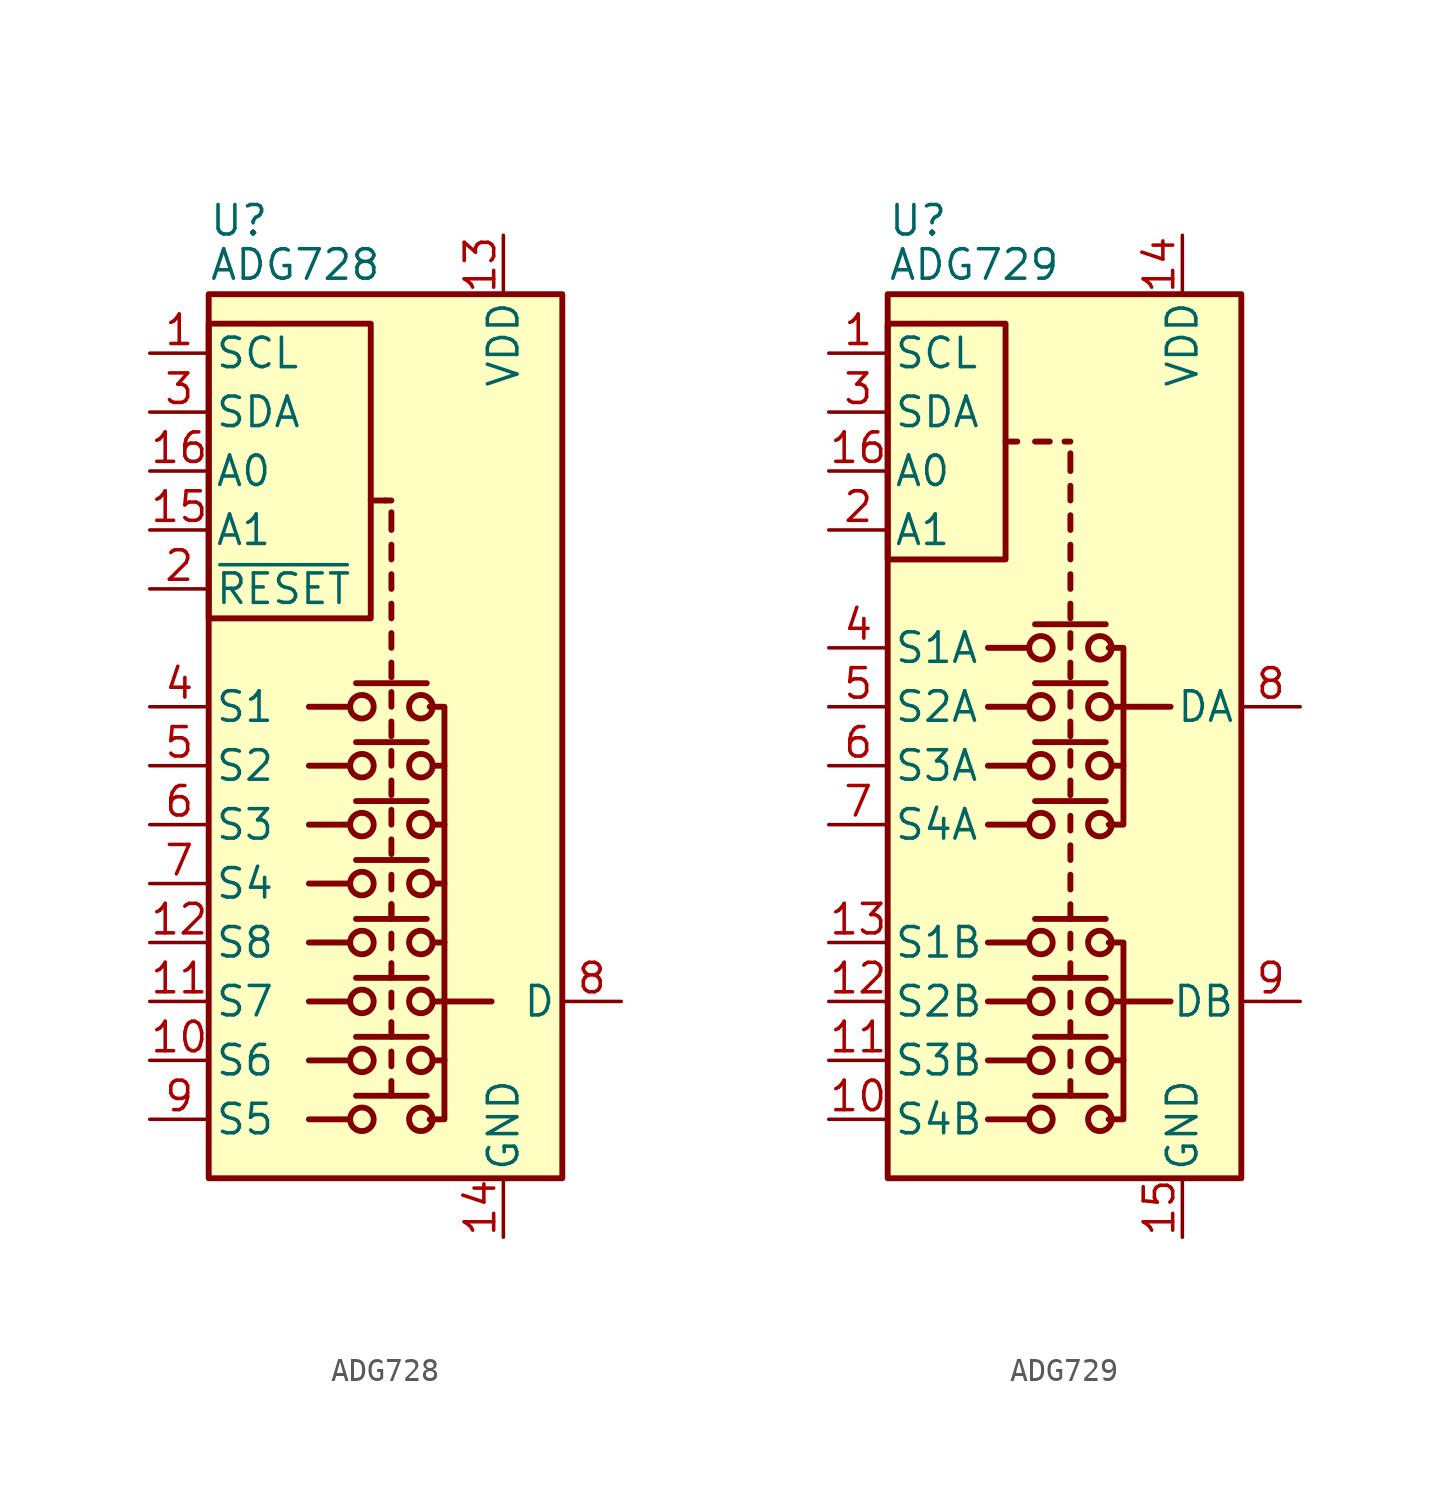
<source format=kicad_sym>
(kicad_symbol_lib
  (version 20201005)
  (generator kicad_symbol_editor)
  (symbol "ADG728"
    (pin_names
      (offset 0.254))
    (property "Reference" "U"
      (at -7.62 23.495 0)
      (effects (font (size 1.27 1.27)) (justify left)))
    (property "Value" "ADG728"
      (at -7.62 21.59 0)
      (effects (font (size 1.27 1.27)) (justify left)))
    (symbol "ADG728_0_1"
      (circle (center -1.016 -15.24) (radius 0.508) (stroke (width 0.254)) (fill (type none)))
      (circle (center -1.016 -12.7) (radius 0.508) (stroke (width 0.254)) (fill (type none)))
      (circle (center -1.016 -10.16) (radius 0.508) (stroke (width 0.254)) (fill (type none)))
      (circle (center -1.016 -7.62) (radius 0.508) (stroke (width 0.254)) (fill (type none)))
      (circle (center -1.016 -5.08) (radius 0.508) (stroke (width 0.254)) (fill (type none)))
      (circle (center -1.016 -2.54) (radius 0.508) (stroke (width 0.254)) (fill (type none)))
      (circle (center -1.016 0) (radius 0.508) (stroke (width 0.254)) (fill (type none)))
      (circle (center -1.016 2.54) (radius 0.508) (stroke (width 0.254)) (fill (type none)))
      (circle (center 1.524 -15.24) (radius 0.508) (stroke (width 0.254)) (fill (type none)))
      (circle (center 1.524 -12.7) (radius 0.508) (stroke (width 0.254)) (fill (type none)))
      (circle (center 1.524 -10.16) (radius 0.508) (stroke (width 0.254)) (fill (type none)))
      (circle (center 1.524 -7.62) (radius 0.508) (stroke (width 0.254)) (fill (type none)))
      (circle (center 1.524 -5.08) (radius 0.508) (stroke (width 0.254)) (fill (type none)))
      (circle (center 1.524 -2.54) (radius 0.508) (stroke (width 0.254)) (fill (type none)))
      (circle (center 1.524 0) (radius 0.508) (stroke (width 0.254)) (fill (type none)))
      (circle (center 1.524 2.54) (radius 0.508) (stroke (width 0.254)) (fill (type none)))
      (rectangle (start -7.62 6.35) (end -0.635 19.05) (stroke (width 0.254)) (fill (type none)))
      (rectangle (start -7.62 20.32) (end 7.62 -17.78) (stroke (width 0.254)) (fill (type background)))
      (polyline (pts (xy -1.524 -15.24) (xy -3.302 -15.24)) (stroke (width 0.254)) (fill (type none)))
      (polyline (pts (xy -1.524 -12.7) (xy -3.302 -12.7)) (stroke (width 0.254)) (fill (type none)))
      (polyline (pts (xy -1.524 -10.16) (xy -3.302 -10.16)) (stroke (width 0.254)) (fill (type none)))
      (polyline (pts (xy -1.524 -7.62) (xy -3.302 -7.62)) (stroke (width 0.254)) (fill (type none)))
      (polyline (pts (xy -1.524 -5.08) (xy -3.302 -5.08)) (stroke (width 0.254)) (fill (type none)))
      (polyline (pts (xy -1.524 -2.54) (xy -3.302 -2.54)) (stroke (width 0.254)) (fill (type none)))
      (polyline (pts (xy -1.524 0) (xy -3.302 0)) (stroke (width 0.254)) (fill (type none)))
      (polyline (pts (xy -1.524 2.54) (xy -3.302 2.54)) (stroke (width 0.254)) (fill (type none)))
      (polyline (pts (xy -1.27 -14.224) (xy 1.778 -14.224)) (stroke (width 0.254)) (fill (type none)))
      (polyline (pts (xy -1.27 -11.684) (xy 1.778 -11.684)) (stroke (width 0.254)) (fill (type none)))
      (polyline (pts (xy -1.27 -9.144) (xy 1.778 -9.144)) (stroke (width 0.254)) (fill (type none)))
      (polyline (pts (xy -1.27 -6.604) (xy 1.778 -6.604)) (stroke (width 0.254)) (fill (type none)))
      (polyline (pts (xy -1.27 -4.064) (xy 1.778 -4.064)) (stroke (width 0.254)) (fill (type none)))
      (polyline (pts (xy -1.27 -1.524) (xy 1.778 -1.524)) (stroke (width 0.254)) (fill (type none)))
      (polyline (pts (xy -1.27 1.016) (xy 1.778 1.016)) (stroke (width 0.254)) (fill (type none)))
      (polyline (pts (xy -1.27 3.556) (xy 1.778 3.556)) (stroke (width 0.254)) (fill (type none)))
      (polyline (pts (xy -0.635 11.43) (xy 0 11.43)) (stroke (width 0.254)) (fill (type none)))
      (polyline (pts (xy 0.254 -14.224) (xy 0.254 -13.589)) (stroke (width 0.254)) (fill (type none)))
      (polyline (pts (xy 0.254 -12.954) (xy 0.254 -12.319)) (stroke (width 0.254)) (fill (type none)))
      (polyline (pts (xy 0.254 -11.684) (xy 0.254 -11.049)) (stroke (width 0.254)) (fill (type none)))
      (polyline (pts (xy 0.254 -10.414) (xy 0.254 -9.779)) (stroke (width 0.254)) (fill (type none)))
      (polyline (pts (xy 0.254 -9.144) (xy 0.254 -8.509)) (stroke (width 0.254)) (fill (type none)))
      (polyline (pts (xy 0.254 -7.874) (xy 0.254 -7.239)) (stroke (width 0.254)) (fill (type none)))
      (polyline (pts (xy 0.254 -6.604) (xy 0.254 -5.969)) (stroke (width 0.254)) (fill (type none)))
      (polyline (pts (xy 0.254 -6.604) (xy 0.254 -5.969)) (stroke (width 0.254)) (fill (type none)))
      (polyline (pts (xy 0.254 -5.334) (xy 0.254 -4.699)) (stroke (width 0.254)) (fill (type none)))
      (polyline (pts (xy 0.254 -3.81) (xy 0.254 -3.175)) (stroke (width 0.254)) (fill (type none)))
      (polyline (pts (xy 0.254 -2.54) (xy 0.254 -1.905)) (stroke (width 0.254)) (fill (type none)))
      (polyline (pts (xy 0.254 -1.27) (xy 0.254 -0.635)) (stroke (width 0.254)) (fill (type none)))
      (polyline (pts (xy 0.254 0) (xy 0.254 0.635)) (stroke (width 0.254)) (fill (type none)))
      (polyline (pts (xy 0.254 1.27) (xy 0.254 1.905)) (stroke (width 0.254)) (fill (type none)))
      (polyline (pts (xy 0.254 2.54) (xy 0.254 3.175)) (stroke (width 0.254)) (fill (type none)))
      (polyline (pts (xy 0.254 3.81) (xy 0.254 4.445)) (stroke (width 0.254)) (fill (type none)))
      (polyline (pts (xy 0.254 5.08) (xy 0.254 5.715)) (stroke (width 0.254)) (fill (type none)))
      (polyline (pts (xy 0.254 6.35) (xy 0.254 6.985)) (stroke (width 0.254)) (fill (type none)))
      (polyline (pts (xy 0.254 7.62) (xy 0.254 8.255)) (stroke (width 0.254)) (fill (type none)))
      (polyline (pts (xy 0.254 8.89) (xy 0.254 9.525)) (stroke (width 0.254)) (fill (type none)))
      (polyline (pts (xy 0.254 10.16) (xy 0.254 10.922)) (stroke (width 0.254)) (fill (type none)))
      (polyline (pts (xy 0.254 11.43) (xy 0 11.43)) (stroke (width 0.254)) (fill (type none)))
      (polyline (pts (xy 2.032 -12.7) (xy 2.54 -12.7)) (stroke (width 0.254)) (fill (type none)))
      (polyline (pts (xy 2.032 -10.16) (xy 2.54 -10.16)) (stroke (width 0.254)) (fill (type none)))
      (polyline (pts (xy 2.032 -7.62) (xy 2.54 -7.62)) (stroke (width 0.254)) (fill (type none)))
      (polyline (pts (xy 2.032 -5.08) (xy 2.54 -5.08)) (stroke (width 0.254)) (fill (type none)))
      (polyline (pts (xy 2.032 -2.54) (xy 2.54 -2.54)) (stroke (width 0.254)) (fill (type none)))
      (polyline (pts (xy 2.032 0) (xy 2.54 0)) (stroke (width 0.254)) (fill (type none)))
      (polyline (pts (xy 4.572 -10.16) (xy 2.54 -10.16)) (stroke (width 0.254)) (fill (type none)))
      (polyline (pts (xy 1.905 2.54) (xy 2.54 2.54) (xy 2.54 -15.24) (xy 1.905 -15.24)) (stroke (width 0.254)) (fill (type none))))
    (symbol "ADG728_1_1"
      (pin input line (at -10.16 17.78 0) (length 2.54) (name "SCL" (effects (font (size 1.27 1.27)))) (number "1" (effects (font (size 1.27 1.27)))))
      (pin bidirectional line (at -10.16 -12.7 0) (length 2.54) (name "S6" (effects (font (size 1.27 1.27)))) (number "10" (effects (font (size 1.27 1.27)))))
      (pin bidirectional line (at -10.16 -10.16 0) (length 2.54) (name "S7" (effects (font (size 1.27 1.27)))) (number "11" (effects (font (size 1.27 1.27)))))
      (pin bidirectional line (at -10.16 -7.62 0) (length 2.54) (name "S8" (effects (font (size 1.27 1.27)))) (number "12" (effects (font (size 1.27 1.27)))))
      (pin power_in line (at 5.08 22.86 270) (length 2.54) (name "VDD" (effects (font (size 1.27 1.27)))) (number "13" (effects (font (size 1.27 1.27)))))
      (pin power_in line (at 5.08 -20.32 90) (length 2.54) (name "GND" (effects (font (size 1.27 1.27)))) (number "14" (effects (font (size 1.27 1.27)))))
      (pin bidirectional line (at -10.16 10.16 0) (length 2.54) (name "A1" (effects (font (size 1.27 1.27)))) (number "15" (effects (font (size 1.27 1.27)))))
      (pin input line (at -10.16 12.7 0) (length 2.54) (name "A0" (effects (font (size 1.27 1.27)))) (number "16" (effects (font (size 1.27 1.27)))))
      (pin input line (at -10.16 7.62 0) (length 2.54) (name "~RESET" (effects (font (size 1.27 1.27)))) (number "2" (effects (font (size 1.27 1.27)))))
      (pin bidirectional line (at -10.16 15.24 0) (length 2.54) (name "SDA" (effects (font (size 1.27 1.27)))) (number "3" (effects (font (size 1.27 1.27)))))
      (pin bidirectional line (at -10.16 2.54 0) (length 2.54) (name "S1" (effects (font (size 1.27 1.27)))) (number "4" (effects (font (size 1.27 1.27)))))
      (pin bidirectional line (at -10.16 0 0) (length 2.54) (name "S2" (effects (font (size 1.27 1.27)))) (number "5" (effects (font (size 1.27 1.27)))))
      (pin bidirectional line (at -10.16 -2.54 0) (length 2.54) (name "S3" (effects (font (size 1.27 1.27)))) (number "6" (effects (font (size 1.27 1.27)))))
      (pin bidirectional line (at -10.16 -5.08 0) (length 2.54) (name "S4" (effects (font (size 1.27 1.27)))) (number "7" (effects (font (size 1.27 1.27)))))
      (pin bidirectional line (at 10.16 -10.16 180) (length 2.54) (name "D" (effects (font (size 1.27 1.27)))) (number "8" (effects (font (size 1.27 1.27)))))
      (pin bidirectional line (at -10.16 -15.24 0) (length 2.54) (name "S5" (effects (font (size 1.27 1.27)))) (number "9" (effects (font (size 1.27 1.27)))))))
  (symbol "ADG729"
    (pin_names
      (offset 0.254))
    (property "Reference" "U"
      (at -7.62 20.955 0)
      (effects (font (size 1.27 1.27)) (justify left)))
    (property "Value" "ADG729"
      (at -7.62 19.05 0)
      (effects (font (size 1.27 1.27)) (justify left)))
    (symbol "ADG729_0_1"
      (circle (center -1.016 -17.78) (radius 0.508) (stroke (width 0.254)) (fill (type none)))
      (circle (center -1.016 -15.24) (radius 0.508) (stroke (width 0.254)) (fill (type none)))
      (circle (center -1.016 -12.7) (radius 0.508) (stroke (width 0.254)) (fill (type none)))
      (circle (center -1.016 -10.16) (radius 0.508) (stroke (width 0.254)) (fill (type none)))
      (circle (center -1.016 -5.08) (radius 0.508) (stroke (width 0.254)) (fill (type none)))
      (circle (center -1.016 -2.54) (radius 0.508) (stroke (width 0.254)) (fill (type none)))
      (circle (center -1.016 0) (radius 0.508) (stroke (width 0.254)) (fill (type none)))
      (circle (center -1.016 2.54) (radius 0.508) (stroke (width 0.254)) (fill (type none)))
      (circle (center 1.524 -17.78) (radius 0.508) (stroke (width 0.254)) (fill (type none)))
      (circle (center 1.524 -15.24) (radius 0.508) (stroke (width 0.254)) (fill (type none)))
      (circle (center 1.524 -12.7) (radius 0.508) (stroke (width 0.254)) (fill (type none)))
      (circle (center 1.524 -10.16) (radius 0.508) (stroke (width 0.254)) (fill (type none)))
      (circle (center 1.524 -5.08) (radius 0.508) (stroke (width 0.254)) (fill (type none)))
      (circle (center 1.524 -2.54) (radius 0.508) (stroke (width 0.254)) (fill (type none)))
      (circle (center 1.524 0) (radius 0.508) (stroke (width 0.254)) (fill (type none)))
      (circle (center 1.524 2.54) (radius 0.508) (stroke (width 0.254)) (fill (type none)))
      (rectangle (start -7.62 6.35) (end -2.54 16.51) (stroke (width 0.254)) (fill (type none)))
      (rectangle (start -7.62 17.78) (end 7.62 -20.32) (stroke (width 0.254)) (fill (type background)))
      (polyline (pts (xy -2.032 11.43) (xy -2.54 11.43)) (stroke (width 0.254)) (fill (type none)))
      (polyline (pts (xy -1.524 -17.78) (xy -3.302 -17.78)) (stroke (width 0.254)) (fill (type none)))
      (polyline (pts (xy -1.524 -15.24) (xy -3.302 -15.24)) (stroke (width 0.254)) (fill (type none)))
      (polyline (pts (xy -1.524 -12.7) (xy -3.302 -12.7)) (stroke (width 0.254)) (fill (type none)))
      (polyline (pts (xy -1.524 -10.16) (xy -3.302 -10.16)) (stroke (width 0.254)) (fill (type none)))
      (polyline (pts (xy -1.524 -5.08) (xy -3.302 -5.08)) (stroke (width 0.254)) (fill (type none)))
      (polyline (pts (xy -1.524 -2.54) (xy -3.302 -2.54)) (stroke (width 0.254)) (fill (type none)))
      (polyline (pts (xy -1.524 0) (xy -3.302 0)) (stroke (width 0.254)) (fill (type none)))
      (polyline (pts (xy -1.524 2.54) (xy -3.302 2.54)) (stroke (width 0.254)) (fill (type none)))
      (polyline (pts (xy -1.27 -16.764) (xy 1.778 -16.764)) (stroke (width 0.254)) (fill (type none)))
      (polyline (pts (xy -1.27 -14.224) (xy 1.778 -14.224)) (stroke (width 0.254)) (fill (type none)))
      (polyline (pts (xy -1.27 -11.684) (xy 1.778 -11.684)) (stroke (width 0.254)) (fill (type none)))
      (polyline (pts (xy -1.27 -9.144) (xy 1.778 -9.144)) (stroke (width 0.254)) (fill (type none)))
      (polyline (pts (xy -1.27 -4.064) (xy 1.778 -4.064)) (stroke (width 0.254)) (fill (type none)))
      (polyline (pts (xy -1.27 -1.524) (xy 1.778 -1.524)) (stroke (width 0.254)) (fill (type none)))
      (polyline (pts (xy -1.27 1.016) (xy 1.778 1.016)) (stroke (width 0.254)) (fill (type none)))
      (polyline (pts (xy -1.27 3.556) (xy 1.778 3.556)) (stroke (width 0.254)) (fill (type none)))
      (polyline (pts (xy -1.27 11.43) (xy -0.635 11.43)) (stroke (width 0.254)) (fill (type none)))
      (polyline (pts (xy 0.254 -16.764) (xy 0.254 -16.129)) (stroke (width 0.254)) (fill (type none)))
      (polyline (pts (xy 0.254 -15.494) (xy 0.254 -14.859)) (stroke (width 0.254)) (fill (type none)))
      (polyline (pts (xy 0.254 -14.224) (xy 0.254 -13.589)) (stroke (width 0.254)) (fill (type none)))
      (polyline (pts (xy 0.254 -12.954) (xy 0.254 -12.319)) (stroke (width 0.254)) (fill (type none)))
      (polyline (pts (xy 0.254 -11.684) (xy 0.254 -11.049)) (stroke (width 0.254)) (fill (type none)))
      (polyline (pts (xy 0.254 -10.414) (xy 0.254 -9.779)) (stroke (width 0.254)) (fill (type none)))
      (polyline (pts (xy 0.254 -9.144) (xy 0.254 -8.509)) (stroke (width 0.254)) (fill (type none)))
      (polyline (pts (xy 0.254 -7.874) (xy 0.254 -7.239)) (stroke (width 0.254)) (fill (type none)))
      (polyline (pts (xy 0.254 -6.604) (xy 0.254 -5.969)) (stroke (width 0.254)) (fill (type none)))
      (polyline (pts (xy 0.254 -5.334) (xy 0.254 -4.699)) (stroke (width 0.254)) (fill (type none)))
      (polyline (pts (xy 0.254 -3.81) (xy 0.254 -3.175)) (stroke (width 0.254)) (fill (type none)))
      (polyline (pts (xy 0.254 -2.54) (xy 0.254 -1.905)) (stroke (width 0.254)) (fill (type none)))
      (polyline (pts (xy 0.254 -1.27) (xy 0.254 -0.635)) (stroke (width 0.254)) (fill (type none)))
      (polyline (pts (xy 0.254 0) (xy 0.254 0.635)) (stroke (width 0.254)) (fill (type none)))
      (polyline (pts (xy 0.254 1.27) (xy 0.254 1.905)) (stroke (width 0.254)) (fill (type none)))
      (polyline (pts (xy 0.254 2.54) (xy 0.254 3.175)) (stroke (width 0.254)) (fill (type none)))
      (polyline (pts (xy 0.254 3.81) (xy 0.254 4.445)) (stroke (width 0.254)) (fill (type none)))
      (polyline (pts (xy 0.254 5.08) (xy 0.254 5.715)) (stroke (width 0.254)) (fill (type none)))
      (polyline (pts (xy 0.254 6.35) (xy 0.254 6.985)) (stroke (width 0.254)) (fill (type none)))
      (polyline (pts (xy 0.254 7.62) (xy 0.254 8.255)) (stroke (width 0.254)) (fill (type none)))
      (polyline (pts (xy 0.254 8.89) (xy 0.254 9.525)) (stroke (width 0.254)) (fill (type none)))
      (polyline (pts (xy 0.254 10.16) (xy 0.254 10.922)) (stroke (width 0.254)) (fill (type none)))
      (polyline (pts (xy 0.254 11.43) (xy 0 11.43)) (stroke (width 0.254)) (fill (type none)))
      (polyline (pts (xy 2.032 -15.24) (xy 2.54 -15.24)) (stroke (width 0.254)) (fill (type none)))
      (polyline (pts (xy 2.032 -12.7) (xy 2.54 -12.7)) (stroke (width 0.254)) (fill (type none)))
      (polyline (pts (xy 2.032 -2.54) (xy 2.54 -2.54)) (stroke (width 0.254)) (fill (type none)))
      (polyline (pts (xy 2.032 0) (xy 2.54 0)) (stroke (width 0.254)) (fill (type none)))
      (polyline (pts (xy 2.54 0) (xy 4.572 0)) (stroke (width 0.254)) (fill (type none)))
      (polyline (pts (xy 4.572 -12.7) (xy 2.54 -12.7)) (stroke (width 0.254)) (fill (type none)))
      (polyline (pts (xy 1.905 -10.16) (xy 2.54 -10.16) (xy 2.54 -17.78) (xy 1.905 -17.78)) (stroke (width 0.254)) (fill (type none)))
      (polyline (pts (xy 1.905 -5.08) (xy 2.54 -5.08) (xy 2.54 2.54) (xy 1.905 2.54)) (stroke (width 0.254)) (fill (type none))))
    (symbol "ADG729_1_1"
      (pin input line (at -10.16 15.24 0) (length 2.54) (name "SCL" (effects (font (size 1.27 1.27)))) (number "1" (effects (font (size 1.27 1.27)))))
      (pin bidirectional line (at -10.16 -17.78 0) (length 2.54) (name "S4B" (effects (font (size 1.27 1.27)))) (number "10" (effects (font (size 1.27 1.27)))))
      (pin bidirectional line (at -10.16 -15.24 0) (length 2.54) (name "S3B" (effects (font (size 1.27 1.27)))) (number "11" (effects (font (size 1.27 1.27)))))
      (pin bidirectional line (at -10.16 -12.7 0) (length 2.54) (name "S2B" (effects (font (size 1.27 1.27)))) (number "12" (effects (font (size 1.27 1.27)))))
      (pin bidirectional line (at -10.16 -10.16 0) (length 2.54) (name "S1B" (effects (font (size 1.27 1.27)))) (number "13" (effects (font (size 1.27 1.27)))))
      (pin power_in line (at 5.08 20.32 270) (length 2.54) (name "VDD" (effects (font (size 1.27 1.27)))) (number "14" (effects (font (size 1.27 1.27)))))
      (pin power_in line (at 5.08 -22.86 90) (length 2.54) (name "GND" (effects (font (size 1.27 1.27)))) (number "15" (effects (font (size 1.27 1.27)))))
      (pin input line (at -10.16 10.16 0) (length 2.54) (name "A0" (effects (font (size 1.27 1.27)))) (number "16" (effects (font (size 1.27 1.27)))))
      (pin input line (at -10.16 7.62 0) (length 2.54) (name "A1" (effects (font (size 1.27 1.27)))) (number "2" (effects (font (size 1.27 1.27)))))
      (pin bidirectional line (at -10.16 12.7 0) (length 2.54) (name "SDA" (effects (font (size 1.27 1.27)))) (number "3" (effects (font (size 1.27 1.27)))))
      (pin bidirectional line (at -10.16 2.54 0) (length 2.54) (name "S1A" (effects (font (size 1.27 1.27)))) (number "4" (effects (font (size 1.27 1.27)))))
      (pin bidirectional line (at -10.16 0 0) (length 2.54) (name "S2A" (effects (font (size 1.27 1.27)))) (number "5" (effects (font (size 1.27 1.27)))))
      (pin bidirectional line (at -10.16 -2.54 0) (length 2.54) (name "S3A" (effects (font (size 1.27 1.27)))) (number "6" (effects (font (size 1.27 1.27)))))
      (pin bidirectional line (at -10.16 -5.08 0) (length 2.54) (name "S4A" (effects (font (size 1.27 1.27)))) (number "7" (effects (font (size 1.27 1.27)))))
      (pin bidirectional line (at 10.16 0 180) (length 2.54) (name "DA" (effects (font (size 1.27 1.27)))) (number "8" (effects (font (size 1.27 1.27)))))
      (pin bidirectional line (at 10.16 -12.7 180) (length 2.54) (name "DB" (effects (font (size 1.27 1.27)))) (number "9" (effects (font (size 1.27 1.27))))))))
</source>
